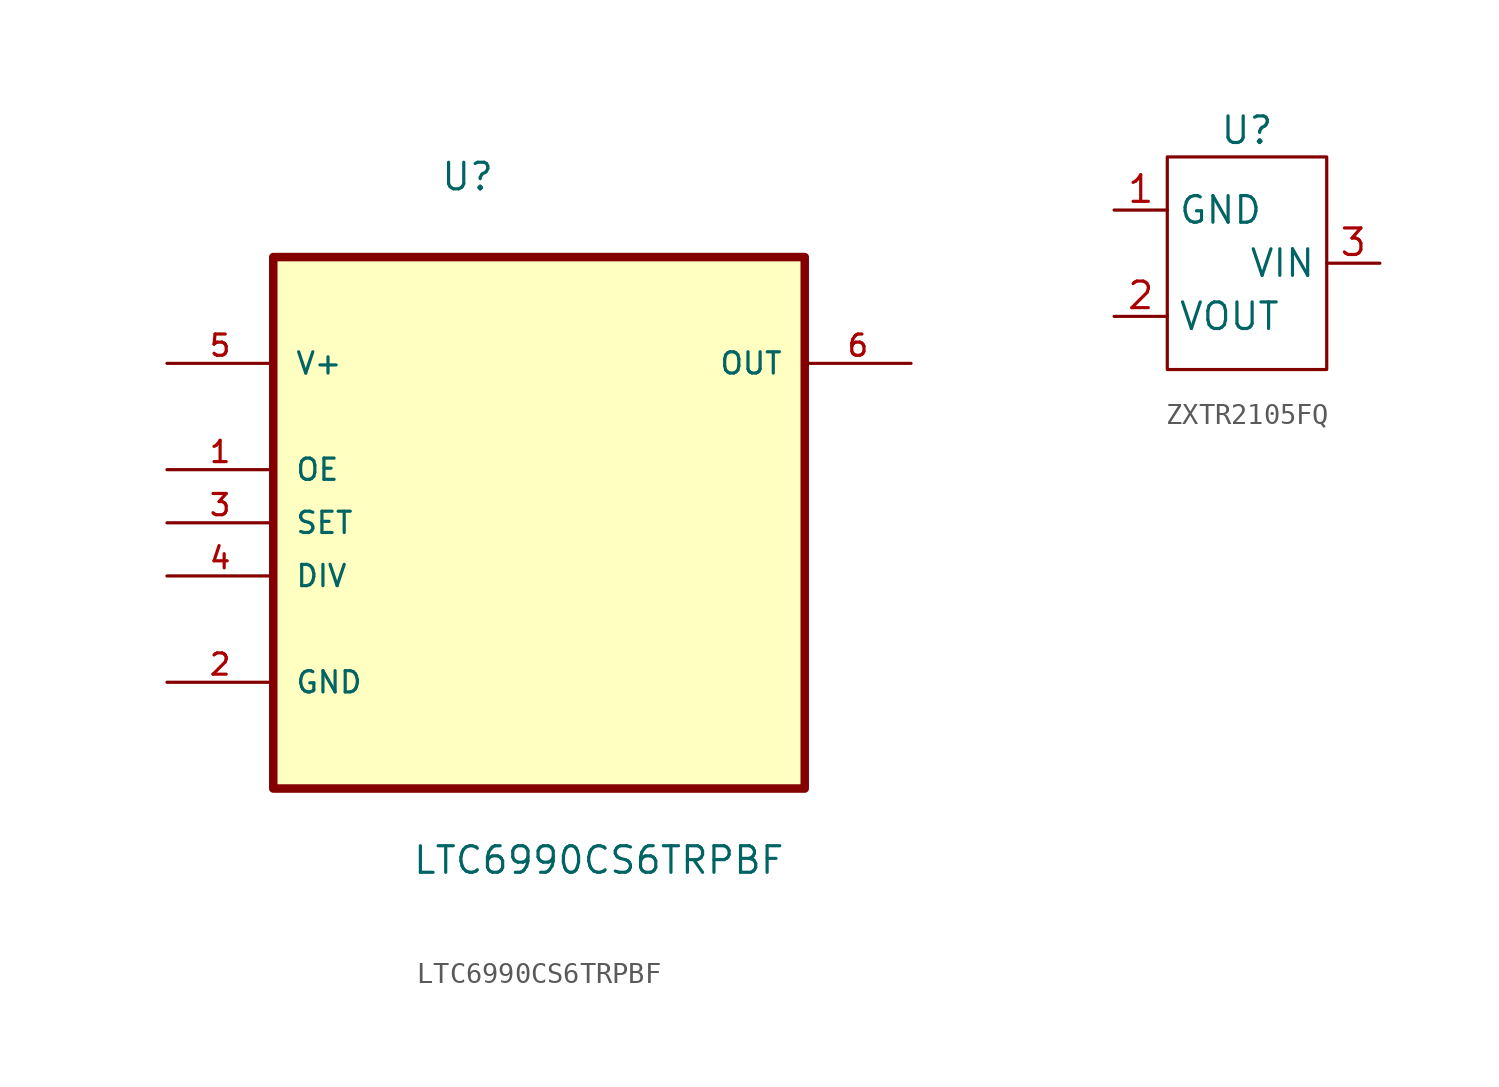
<source format=kicad_sym>
(kicad_symbol_lib
  (version 20220914)
  (generator kicad_symbol_editor)
  (symbol "LTC6990CS6TRPBF"
    (pin_names
      (offset 1.016))
    (property "Reference" "U"
      (at -4.724 13.259 0)
      (effects (font (size 1.27 1.27)) (justify left bottom)))
    (property "Value" "LTC6990CS6TRPBF"
      (at -6.071 -19.406 0)
      (effects (font (size 1.27 1.27)) (justify left bottom)))
    (symbol "LTC6990CS6TRPBF_0_0"
      (rectangle (start -12.7 -15.24) (end 12.7 10.16) (stroke (width 0.406) (type default)) (fill (type background)))
      (pin input line (at -17.78 0 0) (length 5.08) (name "OE" (effects (font (size 1.016 1.016)))) (number "1" (effects (font (size 1.016 1.016)))))
      (pin passive line (at -17.78 -10.16 0) (length 5.08) (name "GND" (effects (font (size 1.016 1.016)))) (number "2" (effects (font (size 1.016 1.016)))))
      (pin input line (at -17.78 -2.54 0) (length 5.08) (name "SET" (effects (font (size 1.016 1.016)))) (number "3" (effects (font (size 1.016 1.016)))))
      (pin input line (at -17.78 -5.08 0) (length 5.08) (name "DIV" (effects (font (size 1.016 1.016)))) (number "4" (effects (font (size 1.016 1.016)))))
      (pin power_in line (at -17.78 5.08 0) (length 5.08) (name "V+" (effects (font (size 1.016 1.016)))) (number "5" (effects (font (size 1.016 1.016)))))
      (pin output line (at 17.78 5.08 180) (length 5.08) (name "OUT" (effects (font (size 1.016 1.016)))) (number "6" (effects (font (size 1.016 1.016)))))))
  (symbol "ZXTR2105FQ"
    (property "Reference" "U"
      (at 0 6.35 0)
      (effects (font (size 1.27 1.27))))
    (property "Value" ""
      (at 0 1.27 0)
      (effects (font (size 1.27 1.27))))
    (symbol "ZXTR2105FQ_0_1"
      (rectangle (start -3.81 5.08) (end 3.81 -5.08) (stroke (width 0) (type default)) (fill (type none))))
    (symbol "ZXTR2105FQ_1_1"
      (pin input line (at -6.35 2.54 0) (length 2.54) (name "GND" (effects (font (size 1.27 1.27)))) (number "1" (effects (font (size 1.27 1.27)))))
      (pin output line (at -6.35 -2.54 0) (length 2.54) (name "VOUT" (effects (font (size 1.27 1.27)))) (number "2" (effects (font (size 1.27 1.27)))))
      (pin input line (at 6.35 0 180) (length 2.54) (name "VIN" (effects (font (size 1.27 1.27)))) (number "3" (effects (font (size 1.27 1.27))))))))
</source>
